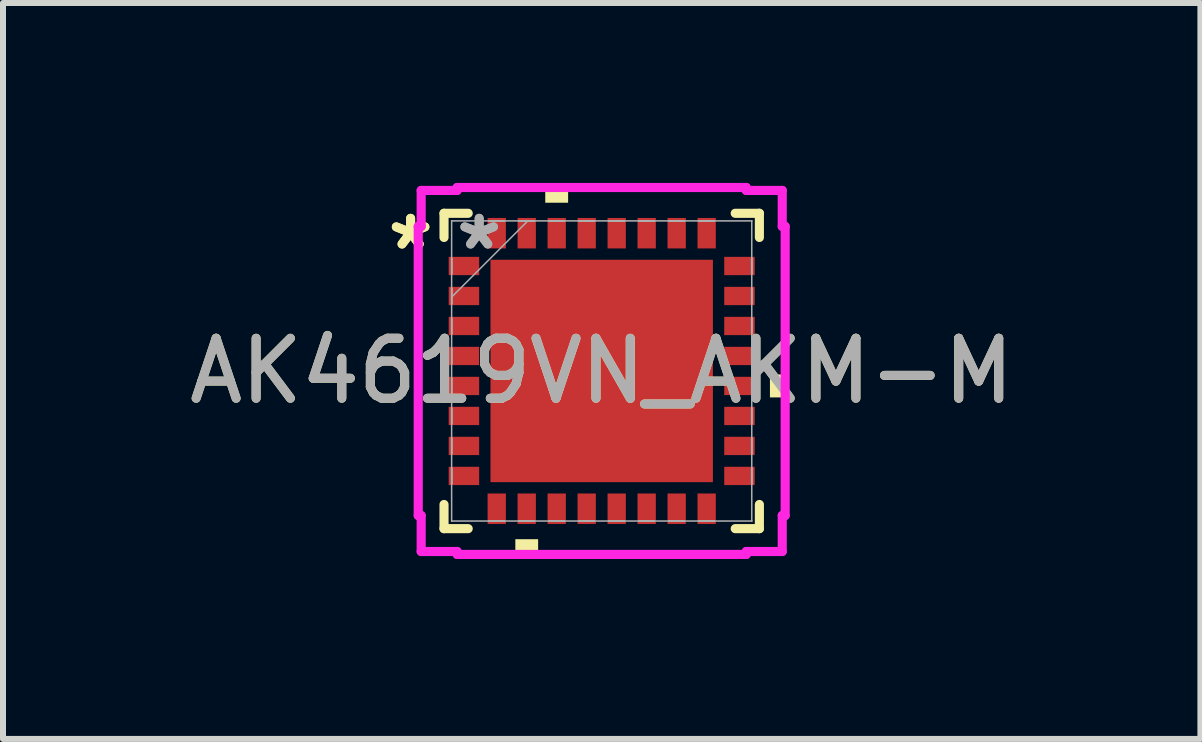
<source format=kicad_pcb>
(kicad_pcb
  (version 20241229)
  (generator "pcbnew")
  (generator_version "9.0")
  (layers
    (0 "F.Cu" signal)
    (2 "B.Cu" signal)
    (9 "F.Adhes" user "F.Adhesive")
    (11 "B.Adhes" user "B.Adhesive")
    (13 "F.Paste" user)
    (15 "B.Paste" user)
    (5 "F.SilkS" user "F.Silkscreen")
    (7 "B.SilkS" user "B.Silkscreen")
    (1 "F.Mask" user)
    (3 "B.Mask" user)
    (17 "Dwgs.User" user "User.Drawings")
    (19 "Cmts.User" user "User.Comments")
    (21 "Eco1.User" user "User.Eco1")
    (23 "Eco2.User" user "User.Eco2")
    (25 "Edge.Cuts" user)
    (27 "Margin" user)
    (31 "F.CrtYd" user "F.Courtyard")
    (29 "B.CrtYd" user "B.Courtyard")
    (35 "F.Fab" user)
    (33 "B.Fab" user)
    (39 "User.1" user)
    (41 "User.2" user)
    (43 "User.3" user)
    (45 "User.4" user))
  (footprint "AK4619VN_AKM-M"
    (layer "F.Cu")
    (at 6.982 3.135)
    (property "Reference" "AK4619VN_AKM-M" (at 0 0 0) (unlocked yes) (layer "F.SilkS") (effects (font (size 1 1) (thickness 0.15))))
    (attr smd)
    (fp_line (start -2.629 -2.629) (end -2.629 -2.226) (stroke (width 0.152) (type solid)) (layer "F.SilkS"))
    (fp_line (start -2.629 2.226) (end -2.629 2.629) (stroke (width 0.152) (type solid)) (layer "F.SilkS"))
    (fp_line (start -2.629 2.629) (end -2.226 2.629) (stroke (width 0.152) (type solid)) (layer "F.SilkS"))
    (fp_line (start -2.226 -2.629) (end -2.629 -2.629) (stroke (width 0.152) (type solid)) (layer "F.SilkS"))
    (fp_line (start 2.226 2.629) (end 2.629 2.629) (stroke (width 0.152) (type solid)) (layer "F.SilkS"))
    (fp_line (start 2.629 -2.629) (end 2.226 -2.629) (stroke (width 0.152) (type solid)) (layer "F.SilkS"))
    (fp_line (start 2.629 -2.226) (end 2.629 -2.629) (stroke (width 0.152) (type solid)) (layer "F.SilkS"))
    (fp_line (start 2.629 2.629) (end 2.629 2.226) (stroke (width 0.152) (type solid)) (layer "F.SilkS"))
    (fp_poly (pts (xy -1.44 2.805) (xy -1.44 3.059) (xy -1.06 3.059) (xy -1.06 2.805)) (stroke (width 0) (type solid)) (fill yes) (layer "F.SilkS"))
    (fp_poly (pts (xy -0.941 -2.805) (xy -0.941 -3.059) (xy -0.56 -3.059) (xy -0.56 -2.805)) (stroke (width 0) (type solid)) (fill yes) (layer "F.SilkS"))
    (fp_poly (pts (xy 3.059 0.059) (xy 3.059 0.441) (xy 2.805 0.441) (xy 2.805 0.059)) (stroke (width 0) (type solid)) (fill yes) (layer "F.SilkS"))
    (fp_poly (pts (xy -1.754 -1.754) (xy -1.754 -0.1) (xy -0.1 -0.1) (xy -0.1 -1.754)) (stroke (width 0) (type solid)) (fill yes) (layer "F.Paste"))
    (fp_poly (pts (xy -1.754 0.1) (xy -1.754 1.754) (xy -0.1 1.754) (xy -0.1 0.1)) (stroke (width 0) (type solid)) (fill yes) (layer "F.Paste"))
    (fp_poly (pts (xy 0.1 -1.754) (xy 0.1 -0.1) (xy 1.754 -0.1) (xy 1.754 -1.754)) (stroke (width 0) (type solid)) (fill yes) (layer "F.Paste"))
    (fp_poly (pts (xy 0.1 0.1) (xy 0.1 1.754) (xy 1.754 1.754) (xy 1.754 0.1)) (stroke (width 0) (type solid)) (fill yes) (layer "F.Paste"))
    (fp_line (start -3.059 -2.41) (end -3.01 -2.41) (stroke (width 0.152) (type solid)) (layer "F.CrtYd"))
    (fp_line (start -3.059 2.41) (end -3.059 -2.41) (stroke (width 0.152) (type solid)) (layer "F.CrtYd"))
    (fp_line (start -3.01 -3.01) (end -2.41 -3.01) (stroke (width 0.152) (type solid)) (layer "F.CrtYd"))
    (fp_line (start -3.01 -2.41) (end -3.01 -3.01) (stroke (width 0.152) (type solid)) (layer "F.CrtYd"))
    (fp_line (start -3.01 2.41) (end -3.059 2.41) (stroke (width 0.152) (type solid)) (layer "F.CrtYd"))
    (fp_line (start -3.01 3.01) (end -3.01 2.41) (stroke (width 0.152) (type solid)) (layer "F.CrtYd"))
    (fp_line (start -2.41 -3.059) (end 2.41 -3.059) (stroke (width 0.152) (type solid)) (layer "F.CrtYd"))
    (fp_line (start -2.41 -3.01) (end -2.41 -3.059) (stroke (width 0.152) (type solid)) (layer "F.CrtYd"))
    (fp_line (start -2.41 3.01) (end -3.01 3.01) (stroke (width 0.152) (type solid)) (layer "F.CrtYd"))
    (fp_line (start -2.41 3.059) (end -2.41 3.01) (stroke (width 0.152) (type solid)) (layer "F.CrtYd"))
    (fp_line (start 2.41 -3.059) (end 2.41 -3.01) (stroke (width 0.152) (type solid)) (layer "F.CrtYd"))
    (fp_line (start 2.41 -3.01) (end 3.01 -3.01) (stroke (width 0.152) (type solid)) (layer "F.CrtYd"))
    (fp_line (start 2.41 3.01) (end 2.41 3.059) (stroke (width 0.152) (type solid)) (layer "F.CrtYd"))
    (fp_line (start 2.41 3.059) (end -2.41 3.059) (stroke (width 0.152) (type solid)) (layer "F.CrtYd"))
    (fp_line (start 3.01 -3.01) (end 3.01 -2.41) (stroke (width 0.152) (type solid)) (layer "F.CrtYd"))
    (fp_line (start 3.01 -2.41) (end 3.059 -2.41) (stroke (width 0.152) (type solid)) (layer "F.CrtYd"))
    (fp_line (start 3.01 2.41) (end 3.01 3.01) (stroke (width 0.152) (type solid)) (layer "F.CrtYd"))
    (fp_line (start 3.01 3.01) (end 2.41 3.01) (stroke (width 0.152) (type solid)) (layer "F.CrtYd"))
    (fp_line (start 3.059 -2.41) (end 3.059 2.41) (stroke (width 0.152) (type solid)) (layer "F.CrtYd"))
    (fp_line (start 3.059 2.41) (end 3.01 2.41) (stroke (width 0.152) (type solid)) (layer "F.CrtYd"))
    (fp_line (start -2.502 -2.502) (end -2.502 -2.502) (stroke (width 0.025) (type solid)) (layer "F.Fab"))
    (fp_line (start -2.502 -2.502) (end -2.502 2.502) (stroke (width 0.025) (type solid)) (layer "F.Fab"))
    (fp_line (start -2.502 -1.877) (end -2.5 -1.877) (stroke (width 0.025) (type solid)) (layer "F.Fab"))
    (fp_line (start -2.502 -1.623) (end -2.502 -1.877) (stroke (width 0.025) (type solid)) (layer "F.Fab"))
    (fp_line (start -2.502 -1.377) (end -2.5 -1.377) (stroke (width 0.025) (type solid)) (layer "F.Fab"))
    (fp_line (start -2.502 -1.232) (end -1.232 -2.502) (stroke (width 0.025) (type solid)) (layer "F.Fab"))
    (fp_line (start -2.502 -1.123) (end -2.502 -1.377) (stroke (width 0.025) (type solid)) (layer "F.Fab"))
    (fp_line (start -2.502 -0.877) (end -2.5 -0.877) (stroke (width 0.025) (type solid)) (layer "F.Fab"))
    (fp_line (start -2.502 -0.623) (end -2.502 -0.877) (stroke (width 0.025) (type solid)) (layer "F.Fab"))
    (fp_line (start -2.502 -0.377) (end -2.5 -0.377) (stroke (width 0.025) (type solid)) (layer "F.Fab"))
    (fp_line (start -2.502 -0.123) (end -2.502 -0.377) (stroke (width 0.025) (type solid)) (layer "F.Fab"))
    (fp_line (start -2.502 0.123) (end -2.5 0.123) (stroke (width 0.025) (type solid)) (layer "F.Fab"))
    (fp_line (start -2.502 0.377) (end -2.502 0.123) (stroke (width 0.025) (type solid)) (layer "F.Fab"))
    (fp_line (start -2.502 0.623) (end -2.5 0.623) (stroke (width 0.025) (type solid)) (layer "F.Fab"))
    (fp_line (start -2.502 0.877) (end -2.502 0.623) (stroke (width 0.025) (type solid)) (layer "F.Fab"))
    (fp_line (start -2.502 1.123) (end -2.5 1.123) (stroke (width 0.025) (type solid)) (layer "F.Fab"))
    (fp_line (start -2.502 1.377) (end -2.502 1.123) (stroke (width 0.025) (type solid)) (layer "F.Fab"))
    (fp_line (start -2.502 1.623) (end -2.5 1.623) (stroke (width 0.025) (type solid)) (layer "F.Fab"))
    (fp_line (start -2.502 1.877) (end -2.502 1.623) (stroke (width 0.025) (type solid)) (layer "F.Fab"))
    (fp_line (start -2.502 2.502) (end -2.502 2.502) (stroke (width 0.025) (type solid)) (layer "F.Fab"))
    (fp_line (start -2.502 2.502) (end 2.502 2.502) (stroke (width 0.025) (type solid)) (layer "F.Fab"))
    (fp_line (start -2.5 -1.877) (end -2.5 -1.623) (stroke (width 0.025) (type solid)) (layer "F.Fab"))
    (fp_line (start -2.5 -1.623) (end -2.502 -1.623) (stroke (width 0.025) (type solid)) (layer "F.Fab"))
    (fp_line (start -2.5 -1.377) (end -2.5 -1.123) (stroke (width 0.025) (type solid)) (layer "F.Fab"))
    (fp_line (start -2.5 -1.123) (end -2.502 -1.123) (stroke (width 0.025) (type solid)) (layer "F.Fab"))
    (fp_line (start -2.5 -0.877) (end -2.5 -0.623) (stroke (width 0.025) (type solid)) (layer "F.Fab"))
    (fp_line (start -2.5 -0.623) (end -2.502 -0.623) (stroke (width 0.025) (type solid)) (layer "F.Fab"))
    (fp_line (start -2.5 -0.377) (end -2.5 -0.123) (stroke (width 0.025) (type solid)) (layer "F.Fab"))
    (fp_line (start -2.5 -0.123) (end -2.502 -0.123) (stroke (width 0.025) (type solid)) (layer "F.Fab"))
    (fp_line (start -2.5 0.123) (end -2.5 0.377) (stroke (width 0.025) (type solid)) (layer "F.Fab"))
    (fp_line (start -2.5 0.377) (end -2.502 0.377) (stroke (width 0.025) (type solid)) (layer "F.Fab"))
    (fp_line (start -2.5 0.623) (end -2.5 0.877) (stroke (width 0.025) (type solid)) (layer "F.Fab"))
    (fp_line (start -2.5 0.877) (end -2.502 0.877) (stroke (width 0.025) (type solid)) (layer "F.Fab"))
    (fp_line (start -2.5 1.123) (end -2.5 1.377) (stroke (width 0.025) (type solid)) (layer "F.Fab"))
    (fp_line (start -2.5 1.377) (end -2.502 1.377) (stroke (width 0.025) (type solid)) (layer "F.Fab"))
    (fp_line (start -2.5 1.623) (end -2.5 1.877) (stroke (width 0.025) (type solid)) (layer "F.Fab"))
    (fp_line (start -2.5 1.877) (end -2.502 1.877) (stroke (width 0.025) (type solid)) (layer "F.Fab"))
    (fp_line (start -1.877 -2.502) (end -1.623 -2.502) (stroke (width 0.025) (type solid)) (layer "F.Fab"))
    (fp_line (start -1.877 -2.5) (end -1.877 -2.502) (stroke (width 0.025) (type solid)) (layer "F.Fab"))
    (fp_line (start -1.877 2.5) (end -1.623 2.5) (stroke (width 0.025) (type solid)) (layer "F.Fab"))
    (fp_line (start -1.877 2.502) (end -1.877 2.5) (stroke (width 0.025) (type solid)) (layer "F.Fab"))
    (fp_line (start -1.623 -2.502) (end -1.623 -2.5) (stroke (width 0.025) (type solid)) (layer "F.Fab"))
    (fp_line (start -1.623 -2.5) (end -1.877 -2.5) (stroke (width 0.025) (type solid)) (layer "F.Fab"))
    (fp_line (start -1.623 2.5) (end -1.623 2.502) (stroke (width 0.025) (type solid)) (layer "F.Fab"))
    (fp_line (start -1.623 2.502) (end -1.877 2.502) (stroke (width 0.025) (type solid)) (layer "F.Fab"))
    (fp_line (start -1.377 -2.502) (end -1.123 -2.502) (stroke (width 0.025) (type solid)) (layer "F.Fab"))
    (fp_line (start -1.377 -2.5) (end -1.377 -2.502) (stroke (width 0.025) (type solid)) (layer "F.Fab"))
    (fp_line (start -1.377 2.5) (end -1.123 2.5) (stroke (width 0.025) (type solid)) (layer "F.Fab"))
    (fp_line (start -1.377 2.502) (end -1.377 2.5) (stroke (width 0.025) (type solid)) (layer "F.Fab"))
    (fp_line (start -1.123 -2.502) (end -1.123 -2.5) (stroke (width 0.025) (type solid)) (layer "F.Fab"))
    (fp_line (start -1.123 -2.5) (end -1.377 -2.5) (stroke (width 0.025) (type solid)) (layer "F.Fab"))
    (fp_line (start -1.123 2.5) (end -1.123 2.502) (stroke (width 0.025) (type solid)) (layer "F.Fab"))
    (fp_line (start -1.123 2.502) (end -1.377 2.502) (stroke (width 0.025) (type solid)) (layer "F.Fab"))
    (fp_line (start -0.877 -2.502) (end -0.623 -2.502) (stroke (width 0.025) (type solid)) (layer "F.Fab"))
    (fp_line (start -0.877 -2.5) (end -0.877 -2.502) (stroke (width 0.025) (type solid)) (layer "F.Fab"))
    (fp_line (start -0.877 2.5) (end -0.623 2.5) (stroke (width 0.025) (type solid)) (layer "F.Fab"))
    (fp_line (start -0.877 2.502) (end -0.877 2.5) (stroke (width 0.025) (type solid)) (layer "F.Fab"))
    (fp_line (start -0.623 -2.502) (end -0.623 -2.5) (stroke (width 0.025) (type solid)) (layer "F.Fab"))
    (fp_line (start -0.623 -2.5) (end -0.877 -2.5) (stroke (width 0.025) (type solid)) (layer "F.Fab"))
    (fp_line (start -0.623 2.5) (end -0.623 2.502) (stroke (width 0.025) (type solid)) (layer "F.Fab"))
    (fp_line (start -0.623 2.502) (end -0.877 2.502) (stroke (width 0.025) (type solid)) (layer "F.Fab"))
    (fp_line (start -0.377 -2.502) (end -0.123 -2.502) (stroke (width 0.025) (type solid)) (layer "F.Fab"))
    (fp_line (start -0.377 -2.5) (end -0.377 -2.502) (stroke (width 0.025) (type solid)) (layer "F.Fab"))
    (fp_line (start -0.377 2.5) (end -0.123 2.5) (stroke (width 0.025) (type solid)) (layer "F.Fab"))
    (fp_line (start -0.377 2.502) (end -0.377 2.5) (stroke (width 0.025) (type solid)) (layer "F.Fab"))
    (fp_line (start -0.123 -2.502) (end -0.123 -2.5) (stroke (width 0.025) (type solid)) (layer "F.Fab"))
    (fp_line (start -0.123 -2.5) (end -0.377 -2.5) (stroke (width 0.025) (type solid)) (layer "F.Fab"))
    (fp_line (start -0.123 2.5) (end -0.123 2.502) (stroke (width 0.025) (type solid)) (layer "F.Fab"))
    (fp_line (start -0.123 2.502) (end -0.377 2.502) (stroke (width 0.025) (type solid)) (layer "F.Fab"))
    (fp_line (start 0.123 -2.502) (end 0.377 -2.502) (stroke (width 0.025) (type solid)) (layer "F.Fab"))
    (fp_line (start 0.123 -2.5) (end 0.123 -2.502) (stroke (width 0.025) (type solid)) (layer "F.Fab"))
    (fp_line (start 0.123 2.5) (end 0.377 2.5) (stroke (width 0.025) (type solid)) (layer "F.Fab"))
    (fp_line (start 0.123 2.502) (end 0.123 2.5) (stroke (width 0.025) (type solid)) (layer "F.Fab"))
    (fp_line (start 0.377 -2.502) (end 0.377 -2.5) (stroke (width 0.025) (type solid)) (layer "F.Fab"))
    (fp_line (start 0.377 -2.5) (end 0.123 -2.5) (stroke (width 0.025) (type solid)) (layer "F.Fab"))
    (fp_line (start 0.377 2.5) (end 0.377 2.502) (stroke (width 0.025) (type solid)) (layer "F.Fab"))
    (fp_line (start 0.377 2.502) (end 0.123 2.502) (stroke (width 0.025) (type solid)) (layer "F.Fab"))
    (fp_line (start 0.623 -2.502) (end 0.877 -2.502) (stroke (width 0.025) (type solid)) (layer "F.Fab"))
    (fp_line (start 0.623 -2.5) (end 0.623 -2.502) (stroke (width 0.025) (type solid)) (layer "F.Fab"))
    (fp_line (start 0.623 2.5) (end 0.877 2.5) (stroke (width 0.025) (type solid)) (layer "F.Fab"))
    (fp_line (start 0.623 2.502) (end 0.623 2.5) (stroke (width 0.025) (type solid)) (layer "F.Fab"))
    (fp_line (start 0.877 -2.502) (end 0.877 -2.5) (stroke (width 0.025) (type solid)) (layer "F.Fab"))
    (fp_line (start 0.877 -2.5) (end 0.623 -2.5) (stroke (width 0.025) (type solid)) (layer "F.Fab"))
    (fp_line (start 0.877 2.5) (end 0.877 2.502) (stroke (width 0.025) (type solid)) (layer "F.Fab"))
    (fp_line (start 0.877 2.502) (end 0.623 2.502) (stroke (width 0.025) (type solid)) (layer "F.Fab"))
    (fp_line (start 1.123 -2.502) (end 1.377 -2.502) (stroke (width 0.025) (type solid)) (layer "F.Fab"))
    (fp_line (start 1.123 -2.5) (end 1.123 -2.502) (stroke (width 0.025) (type solid)) (layer "F.Fab"))
    (fp_line (start 1.123 2.5) (end 1.377 2.5) (stroke (width 0.025) (type solid)) (layer "F.Fab"))
    (fp_line (start 1.123 2.502) (end 1.123 2.5) (stroke (width 0.025) (type solid)) (layer "F.Fab"))
    (fp_line (start 1.377 -2.502) (end 1.377 -2.5) (stroke (width 0.025) (type solid)) (layer "F.Fab"))
    (fp_line (start 1.377 -2.5) (end 1.123 -2.5) (stroke (width 0.025) (type solid)) (layer "F.Fab"))
    (fp_line (start 1.377 2.5) (end 1.377 2.502) (stroke (width 0.025) (type solid)) (layer "F.Fab"))
    (fp_line (start 1.377 2.502) (end 1.123 2.502) (stroke (width 0.025) (type solid)) (layer "F.Fab"))
    (fp_line (start 1.623 -2.502) (end 1.877 -2.502) (stroke (width 0.025) (type solid)) (layer "F.Fab"))
    (fp_line (start 1.623 -2.5) (end 1.623 -2.502) (stroke (width 0.025) (type solid)) (layer "F.Fab"))
    (fp_line (start 1.623 2.5) (end 1.877 2.5) (stroke (width 0.025) (type solid)) (layer "F.Fab"))
    (fp_line (start 1.623 2.502) (end 1.623 2.5) (stroke (width 0.025) (type solid)) (layer "F.Fab"))
    (fp_line (start 1.877 -2.502) (end 1.877 -2.5) (stroke (width 0.025) (type solid)) (layer "F.Fab"))
    (fp_line (start 1.877 -2.5) (end 1.623 -2.5) (stroke (width 0.025) (type solid)) (layer "F.Fab"))
    (fp_line (start 1.877 2.5) (end 1.877 2.502) (stroke (width 0.025) (type solid)) (layer "F.Fab"))
    (fp_line (start 1.877 2.502) (end 1.623 2.502) (stroke (width 0.025) (type solid)) (layer "F.Fab"))
    (fp_line (start 2.5 -1.877) (end 2.502 -1.877) (stroke (width 0.025) (type solid)) (layer "F.Fab"))
    (fp_line (start 2.5 -1.623) (end 2.5 -1.877) (stroke (width 0.025) (type solid)) (layer "F.Fab"))
    (fp_line (start 2.5 -1.377) (end 2.502 -1.377) (stroke (width 0.025) (type solid)) (layer "F.Fab"))
    (fp_line (start 2.5 -1.123) (end 2.5 -1.377) (stroke (width 0.025) (type solid)) (layer "F.Fab"))
    (fp_line (start 2.5 -0.877) (end 2.502 -0.877) (stroke (width 0.025) (type solid)) (layer "F.Fab"))
    (fp_line (start 2.5 -0.623) (end 2.5 -0.877) (stroke (width 0.025) (type solid)) (layer "F.Fab"))
    (fp_line (start 2.5 -0.377) (end 2.502 -0.377) (stroke (width 0.025) (type solid)) (layer "F.Fab"))
    (fp_line (start 2.5 -0.123) (end 2.5 -0.377) (stroke (width 0.025) (type solid)) (layer "F.Fab"))
    (fp_line (start 2.5 0.123) (end 2.502 0.123) (stroke (width 0.025) (type solid)) (layer "F.Fab"))
    (fp_line (start 2.5 0.377) (end 2.5 0.123) (stroke (width 0.025) (type solid)) (layer "F.Fab"))
    (fp_line (start 2.5 0.623) (end 2.502 0.623) (stroke (width 0.025) (type solid)) (layer "F.Fab"))
    (fp_line (start 2.5 0.877) (end 2.5 0.623) (stroke (width 0.025) (type solid)) (layer "F.Fab"))
    (fp_line (start 2.5 1.123) (end 2.502 1.123) (stroke (width 0.025) (type solid)) (layer "F.Fab"))
    (fp_line (start 2.5 1.377) (end 2.5 1.123) (stroke (width 0.025) (type solid)) (layer "F.Fab"))
    (fp_line (start 2.5 1.623) (end 2.502 1.623) (stroke (width 0.025) (type solid)) (layer "F.Fab"))
    (fp_line (start 2.5 1.877) (end 2.5 1.623) (stroke (width 0.025) (type solid)) (layer "F.Fab"))
    (fp_line (start 2.502 -2.502) (end -2.502 -2.502) (stroke (width 0.025) (type solid)) (layer "F.Fab"))
    (fp_line (start 2.502 -2.502) (end 2.502 -2.502) (stroke (width 0.025) (type solid)) (layer "F.Fab"))
    (fp_line (start 2.502 -1.877) (end 2.502 -1.623) (stroke (width 0.025) (type solid)) (layer "F.Fab"))
    (fp_line (start 2.502 -1.623) (end 2.5 -1.623) (stroke (width 0.025) (type solid)) (layer "F.Fab"))
    (fp_line (start 2.502 -1.377) (end 2.502 -1.123) (stroke (width 0.025) (type solid)) (layer "F.Fab"))
    (fp_line (start 2.502 -1.123) (end 2.5 -1.123) (stroke (width 0.025) (type solid)) (layer "F.Fab"))
    (fp_line (start 2.502 -0.877) (end 2.502 -0.623) (stroke (width 0.025) (type solid)) (layer "F.Fab"))
    (fp_line (start 2.502 -0.623) (end 2.5 -0.623) (stroke (width 0.025) (type solid)) (layer "F.Fab"))
    (fp_line (start 2.502 -0.377) (end 2.502 -0.123) (stroke (width 0.025) (type solid)) (layer "F.Fab"))
    (fp_line (start 2.502 -0.123) (end 2.5 -0.123) (stroke (width 0.025) (type solid)) (layer "F.Fab"))
    (fp_line (start 2.502 0.123) (end 2.502 0.377) (stroke (width 0.025) (type solid)) (layer "F.Fab"))
    (fp_line (start 2.502 0.377) (end 2.5 0.377) (stroke (width 0.025) (type solid)) (layer "F.Fab"))
    (fp_line (start 2.502 0.623) (end 2.502 0.877) (stroke (width 0.025) (type solid)) (layer "F.Fab"))
    (fp_line (start 2.502 0.877) (end 2.5 0.877) (stroke (width 0.025) (type solid)) (layer "F.Fab"))
    (fp_line (start 2.502 1.123) (end 2.502 1.377) (stroke (width 0.025) (type solid)) (layer "F.Fab"))
    (fp_line (start 2.502 1.377) (end 2.5 1.377) (stroke (width 0.025) (type solid)) (layer "F.Fab"))
    (fp_line (start 2.502 1.623) (end 2.502 1.877) (stroke (width 0.025) (type solid)) (layer "F.Fab"))
    (fp_line (start 2.502 1.877) (end 2.5 1.877) (stroke (width 0.025) (type solid)) (layer "F.Fab"))
    (fp_line (start 2.502 2.502) (end 2.502 -2.502) (stroke (width 0.025) (type solid)) (layer "F.Fab"))
    (fp_line (start 2.502 2.502) (end 2.502 2.502) (stroke (width 0.025) (type solid)) (layer "F.Fab"))
    (fp_text user "*" (at -3.186 -2 0) (unlocked yes) (layer "F.SilkS") (effects (font (size 1 1) (thickness 0.15))))
    (fp_text user "*" (at -3.186 -2 0) (layer "F.SilkS") (effects (font (size 1 1) (thickness 0.15))))
    (fp_text user "*" (at -2.043 -2 0) (unlocked yes) (layer "F.Fab") (effects (font (size 1 1) (thickness 0.15))))
    (fp_text user "*" (at -2.043 -2 0) (layer "F.Fab") (effects (font (size 1 1) (thickness 0.15))))
    (fp_text user "${REFERENCE}" (at 0 0 0) (unlocked yes) (layer "F.Fab") (effects (font (size 1 1) (thickness 0.15))))
    (pad "1" smd rect (at -2.297 -1.75 90) (size 0.305 0.508) (layers "F.Cu" "F.Mask" "F.Paste"))
    (pad "2" smd rect (at -2.297 -1.25 90) (size 0.305 0.508) (layers "F.Cu" "F.Mask" "F.Paste"))
    (pad "3" smd rect (at -2.297 -0.75 90) (size 0.305 0.508) (layers "F.Cu" "F.Mask" "F.Paste"))
    (pad "4" smd rect (at -2.297 -0.25 90) (size 0.305 0.508) (layers "F.Cu" "F.Mask" "F.Paste"))
    (pad "5" smd rect (at -2.297 0.25 90) (size 0.305 0.508) (layers "F.Cu" "F.Mask" "F.Paste"))
    (pad "6" smd rect (at -2.297 0.75 90) (size 0.305 0.508) (layers "F.Cu" "F.Mask" "F.Paste"))
    (pad "7" smd rect (at -2.297 1.25 90) (size 0.305 0.508) (layers "F.Cu" "F.Mask" "F.Paste"))
    (pad "8" smd rect (at -2.297 1.75 90) (size 0.305 0.508) (layers "F.Cu" "F.Mask" "F.Paste"))
    (pad "9" smd rect (at -1.75 2.297) (size 0.305 0.508) (layers "F.Cu" "F.Mask" "F.Paste"))
    (pad "10" smd rect (at -1.25 2.297) (size 0.305 0.508) (layers "F.Cu" "F.Mask" "F.Paste"))
    (pad "11" smd rect (at -0.75 2.297) (size 0.305 0.508) (layers "F.Cu" "F.Mask" "F.Paste"))
    (pad "12" smd rect (at -0.25 2.297) (size 0.305 0.508) (layers "F.Cu" "F.Mask" "F.Paste"))
    (pad "13" smd rect (at 0.25 2.297) (size 0.305 0.508) (layers "F.Cu" "F.Mask" "F.Paste"))
    (pad "14" smd rect (at 0.75 2.297) (size 0.305 0.508) (layers "F.Cu" "F.Mask" "F.Paste"))
    (pad "15" smd rect (at 1.25 2.297) (size 0.305 0.508) (layers "F.Cu" "F.Mask" "F.Paste"))
    (pad "16" smd rect (at 1.75 2.297) (size 0.305 0.508) (layers "F.Cu" "F.Mask" "F.Paste"))
    (pad "17" smd rect (at 2.297 1.75 90) (size 0.305 0.508) (layers "F.Cu" "F.Mask" "F.Paste"))
    (pad "18" smd rect (at 2.297 1.25 90) (size 0.305 0.508) (layers "F.Cu" "F.Mask" "F.Paste"))
    (pad "19" smd rect (at 2.297 0.75 90) (size 0.305 0.508) (layers "F.Cu" "F.Mask" "F.Paste"))
    (pad "20" smd rect (at 2.297 0.25 90) (size 0.305 0.508) (layers "F.Cu" "F.Mask" "F.Paste"))
    (pad "21" smd rect (at 2.297 -0.25 90) (size 0.305 0.508) (layers "F.Cu" "F.Mask" "F.Paste"))
    (pad "22" smd rect (at 2.297 -0.75 90) (size 0.305 0.508) (layers "F.Cu" "F.Mask" "F.Paste"))
    (pad "23" smd rect (at 2.297 -1.25 90) (size 0.305 0.508) (layers "F.Cu" "F.Mask" "F.Paste"))
    (pad "24" smd rect (at 2.297 -1.75 90) (size 0.305 0.508) (layers "F.Cu" "F.Mask" "F.Paste"))
    (pad "25" smd rect (at 1.75 -2.297) (size 0.305 0.508) (layers "F.Cu" "F.Mask" "F.Paste"))
    (pad "26" smd rect (at 1.25 -2.297) (size 0.305 0.508) (layers "F.Cu" "F.Mask" "F.Paste"))
    (pad "27" smd rect (at 0.75 -2.297) (size 0.305 0.508) (layers "F.Cu" "F.Mask" "F.Paste"))
    (pad "28" smd rect (at 0.25 -2.297) (size 0.305 0.508) (layers "F.Cu" "F.Mask" "F.Paste"))
    (pad "29" smd rect (at -0.25 -2.297) (size 0.305 0.508) (layers "F.Cu" "F.Mask" "F.Paste"))
    (pad "30" smd rect (at -0.75 -2.297) (size 0.305 0.508) (layers "F.Cu" "F.Mask" "F.Paste"))
    (pad "31" smd rect (at -1.25 -2.297) (size 0.305 0.508) (layers "F.Cu" "F.Mask" "F.Paste"))
    (pad "32" smd rect (at -1.75 -2.297) (size 0.305 0.508) (layers "F.Cu" "F.Mask" "F.Paste"))
    (pad "33" smd rect (at 0 0) (size 3.708 3.708) (layers "F.Cu" "F.Mask" "F.Paste")))
  (gr_rect
    (start -3 -3)
    (end 16.964 9.27)
    (stroke (width 0.1) (type default))
    (fill no)
    (layer "Edge.Cuts")))
</source>
